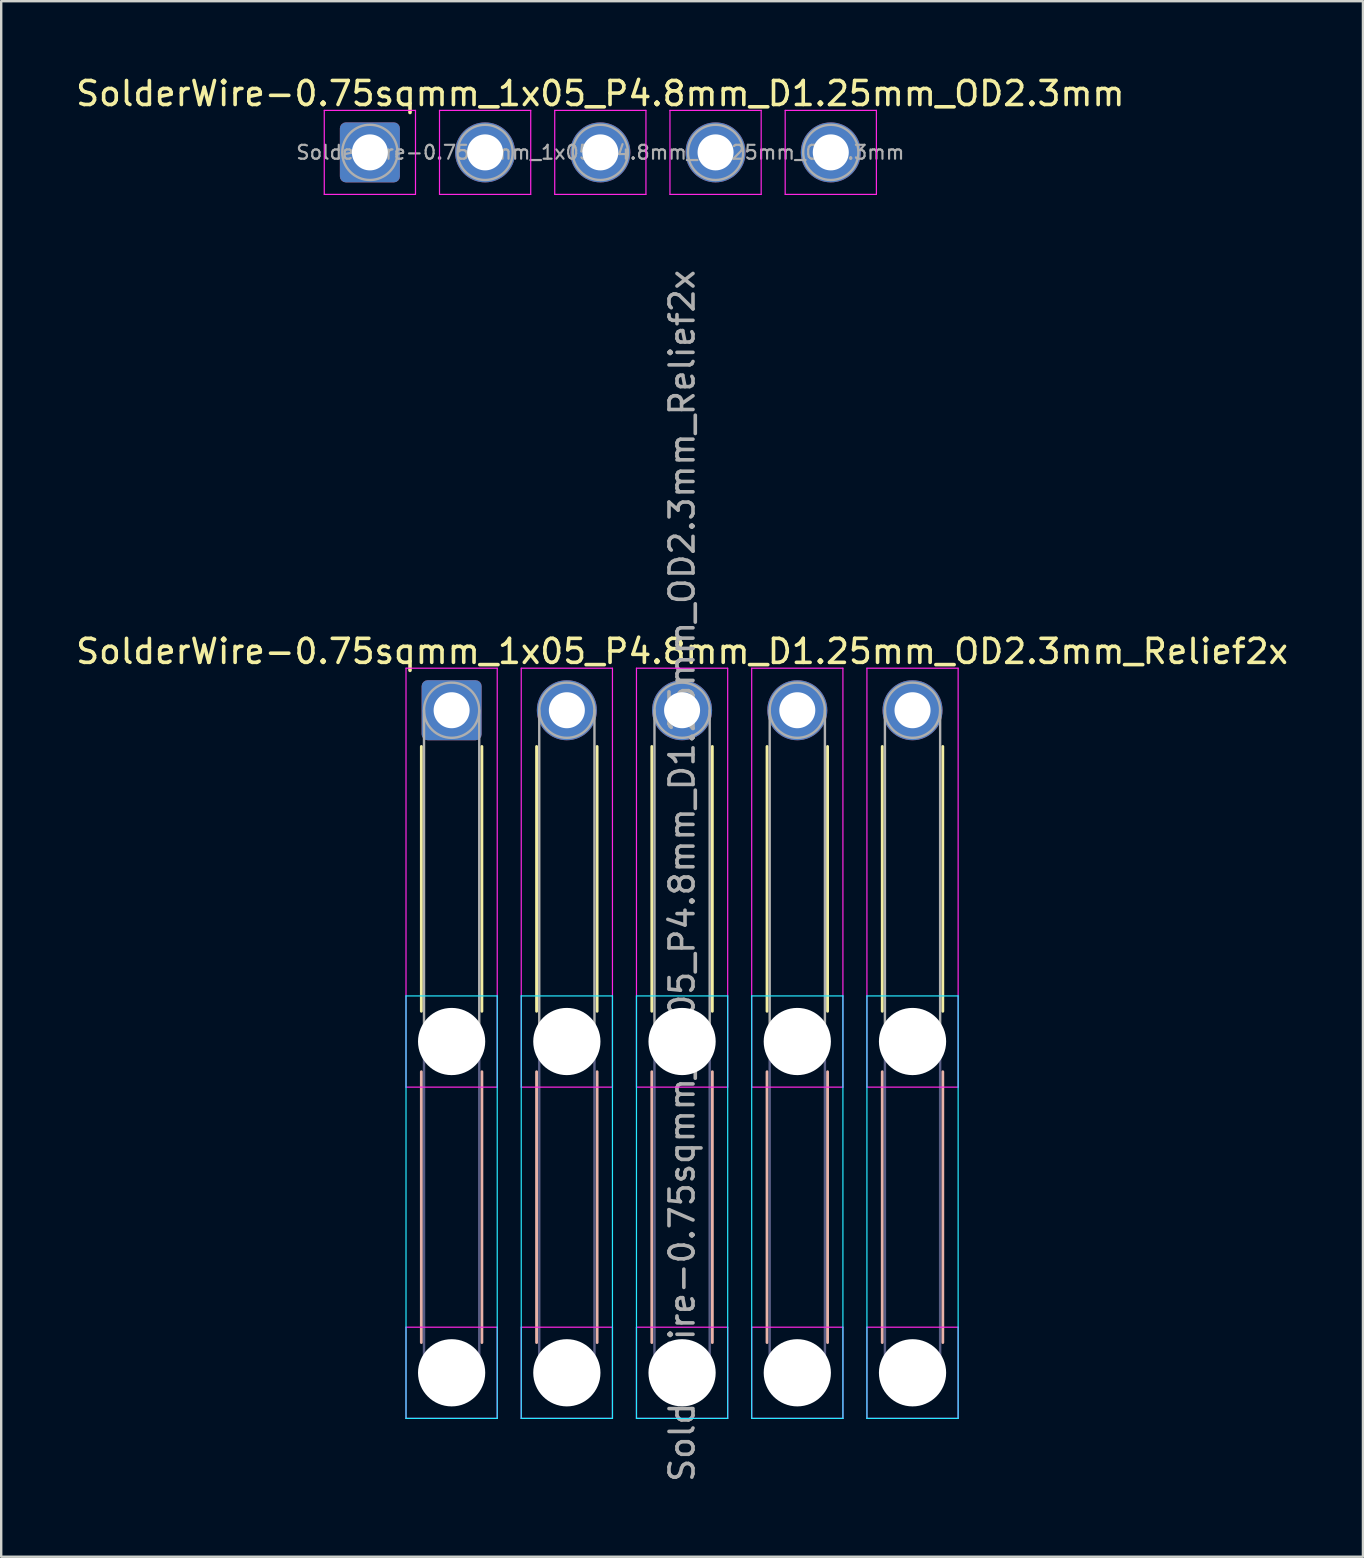
<source format=kicad_pcb>
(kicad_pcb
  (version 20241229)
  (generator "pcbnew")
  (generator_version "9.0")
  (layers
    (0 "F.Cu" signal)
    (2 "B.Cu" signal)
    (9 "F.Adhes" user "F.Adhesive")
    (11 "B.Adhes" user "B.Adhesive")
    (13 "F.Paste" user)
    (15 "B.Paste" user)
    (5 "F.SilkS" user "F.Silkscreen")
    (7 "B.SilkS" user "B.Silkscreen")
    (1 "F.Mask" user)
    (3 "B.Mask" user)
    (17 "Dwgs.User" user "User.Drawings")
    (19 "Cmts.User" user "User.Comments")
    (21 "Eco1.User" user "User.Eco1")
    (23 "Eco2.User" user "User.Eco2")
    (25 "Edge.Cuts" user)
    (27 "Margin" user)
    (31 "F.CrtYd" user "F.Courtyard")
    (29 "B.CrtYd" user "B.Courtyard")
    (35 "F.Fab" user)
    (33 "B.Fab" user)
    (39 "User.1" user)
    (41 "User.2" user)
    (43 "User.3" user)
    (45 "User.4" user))
  (footprint "SolderWire-0.75sqmm_1x05_P4.8mm_D1.25mm_OD2.3mm"
    (layer "F.Cu")
    (at 12.358 3.298)
    (property "Reference" "SolderWire-0.75sqmm_1x05_P4.8mm_D1.25mm_OD2.3mm" (at 9.6 -2.45 0) (layer "F.SilkS") (effects (font (size 1 1) (thickness 0.15))))
    (attr exclude_from_pos_files exclude_from_bom)
    (fp_line (start -1.9 -1.75) (end -1.9 1.75) (stroke (width 0.05) (type solid)) (layer "F.CrtYd"))
    (fp_line (start -1.9 1.75) (end 1.9 1.75) (stroke (width 0.05) (type solid)) (layer "F.CrtYd"))
    (fp_line (start 1.9 -1.75) (end -1.9 -1.75) (stroke (width 0.05) (type solid)) (layer "F.CrtYd"))
    (fp_line (start 1.9 1.75) (end 1.9 -1.75) (stroke (width 0.05) (type solid)) (layer "F.CrtYd"))
    (fp_line (start 2.9 -1.75) (end 2.9 1.75) (stroke (width 0.05) (type solid)) (layer "F.CrtYd"))
    (fp_line (start 2.9 1.75) (end 6.7 1.75) (stroke (width 0.05) (type solid)) (layer "F.CrtYd"))
    (fp_line (start 6.7 -1.75) (end 2.9 -1.75) (stroke (width 0.05) (type solid)) (layer "F.CrtYd"))
    (fp_line (start 6.7 1.75) (end 6.7 -1.75) (stroke (width 0.05) (type solid)) (layer "F.CrtYd"))
    (fp_line (start 7.7 -1.75) (end 7.7 1.75) (stroke (width 0.05) (type solid)) (layer "F.CrtYd"))
    (fp_line (start 7.7 1.75) (end 11.5 1.75) (stroke (width 0.05) (type solid)) (layer "F.CrtYd"))
    (fp_line (start 11.5 -1.75) (end 7.7 -1.75) (stroke (width 0.05) (type solid)) (layer "F.CrtYd"))
    (fp_line (start 11.5 1.75) (end 11.5 -1.75) (stroke (width 0.05) (type solid)) (layer "F.CrtYd"))
    (fp_line (start 12.5 -1.75) (end 12.5 1.75) (stroke (width 0.05) (type solid)) (layer "F.CrtYd"))
    (fp_line (start 12.5 1.75) (end 16.3 1.75) (stroke (width 0.05) (type solid)) (layer "F.CrtYd"))
    (fp_line (start 16.3 -1.75) (end 12.5 -1.75) (stroke (width 0.05) (type solid)) (layer "F.CrtYd"))
    (fp_line (start 16.3 1.75) (end 16.3 -1.75) (stroke (width 0.05) (type solid)) (layer "F.CrtYd"))
    (fp_line (start 17.3 -1.75) (end 17.3 1.75) (stroke (width 0.05) (type solid)) (layer "F.CrtYd"))
    (fp_line (start 17.3 1.75) (end 21.1 1.75) (stroke (width 0.05) (type solid)) (layer "F.CrtYd"))
    (fp_line (start 21.1 -1.75) (end 17.3 -1.75) (stroke (width 0.05) (type solid)) (layer "F.CrtYd"))
    (fp_line (start 21.1 1.75) (end 21.1 -1.75) (stroke (width 0.05) (type solid)) (layer "F.CrtYd"))
    (fp_circle (center 0 0) (end 1.15 0) (stroke (width 0.1) (type solid)) (fill no) (layer "F.Fab"))
    (fp_circle (center 4.8 0) (end 5.95 0) (stroke (width 0.1) (type solid)) (fill no) (layer "F.Fab"))
    (fp_circle (center 9.6 0) (end 10.75 0) (stroke (width 0.1) (type solid)) (fill no) (layer "F.Fab"))
    (fp_circle (center 14.4 0) (end 15.55 0) (stroke (width 0.1) (type solid)) (fill no) (layer "F.Fab"))
    (fp_circle (center 19.2 0) (end 20.35 0) (stroke (width 0.1) (type solid)) (fill no) (layer "F.Fab"))
    (fp_text user "${REFERENCE}" (at 9.6 0 0) (layer "F.Fab") (effects (font (size 0.58 0.58) (thickness 0.09))))
    (pad "1" thru_hole roundrect (at 0 0) (size 2.5 2.5) (drill 1.5) (layers "*.Cu" "*.Mask") (roundrect_rratio 0.1))
    (pad "2" thru_hole circle (at 4.8 0) (size 2.5 2.5) (drill 1.5) (layers "*.Cu" "*.Mask"))
    (pad "3" thru_hole circle (at 9.6 0) (size 2.5 2.5) (drill 1.5) (layers "*.Cu" "*.Mask"))
    (pad "4" thru_hole circle (at 14.4 0) (size 2.5 2.5) (drill 1.5) (layers "*.Cu" "*.Mask"))
    (pad "5" thru_hole circle (at 19.2 0) (size 2.5 2.5) (drill 1.5) (layers "*.Cu" "*.Mask")))
  (footprint "SolderWire-0.75sqmm_1x05_P4.8mm_D1.25mm_OD2.3mm_Relief2x"
    (layer "F.Cu")
    (at 15.763 26.536)
    (property "Reference" "SolderWire-0.75sqmm_1x05_P4.8mm_D1.25mm_OD2.3mm_Relief2x" (at 9.6 -2.45 0) (layer "F.SilkS") (effects (font (size 1 1) (thickness 0.15))))
    (attr exclude_from_pos_files exclude_from_bom)
    (fp_line (start -1.26 1.51) (end -1.26 12.54) (stroke (width 0.12) (type solid)) (layer "F.SilkS"))
    (fp_line (start 1.26 1.51) (end 1.26 12.54) (stroke (width 0.12) (type solid)) (layer "F.SilkS"))
    (fp_line (start 3.54 1.51) (end 3.54 12.54) (stroke (width 0.12) (type solid)) (layer "F.SilkS"))
    (fp_line (start 6.06 1.51) (end 6.06 12.54) (stroke (width 0.12) (type solid)) (layer "F.SilkS"))
    (fp_line (start 8.34 1.51) (end 8.34 12.54) (stroke (width 0.12) (type solid)) (layer "F.SilkS"))
    (fp_line (start 10.86 1.51) (end 10.86 12.54) (stroke (width 0.12) (type solid)) (layer "F.SilkS"))
    (fp_line (start 13.14 1.51) (end 13.14 12.54) (stroke (width 0.12) (type solid)) (layer "F.SilkS"))
    (fp_line (start 15.66 1.51) (end 15.66 12.54) (stroke (width 0.12) (type solid)) (layer "F.SilkS"))
    (fp_line (start 17.94 1.51) (end 17.94 12.54) (stroke (width 0.12) (type solid)) (layer "F.SilkS"))
    (fp_line (start 20.46 1.51) (end 20.46 12.54) (stroke (width 0.12) (type solid)) (layer "F.SilkS"))
    (fp_line (start -1.26 15.06) (end -1.26 26.34) (stroke (width 0.12) (type solid)) (layer "B.SilkS"))
    (fp_line (start 1.26 15.06) (end 1.26 26.34) (stroke (width 0.12) (type solid)) (layer "B.SilkS"))
    (fp_line (start 3.54 15.06) (end 3.54 26.34) (stroke (width 0.12) (type solid)) (layer "B.SilkS"))
    (fp_line (start 6.06 15.06) (end 6.06 26.34) (stroke (width 0.12) (type solid)) (layer "B.SilkS"))
    (fp_line (start 8.34 15.06) (end 8.34 26.34) (stroke (width 0.12) (type solid)) (layer "B.SilkS"))
    (fp_line (start 10.86 15.06) (end 10.86 26.34) (stroke (width 0.12) (type solid)) (layer "B.SilkS"))
    (fp_line (start 13.14 15.06) (end 13.14 26.34) (stroke (width 0.12) (type solid)) (layer "B.SilkS"))
    (fp_line (start 15.66 15.06) (end 15.66 26.34) (stroke (width 0.12) (type solid)) (layer "B.SilkS"))
    (fp_line (start 17.94 15.06) (end 17.94 26.34) (stroke (width 0.12) (type solid)) (layer "B.SilkS"))
    (fp_line (start 20.46 15.06) (end 20.46 26.34) (stroke (width 0.12) (type solid)) (layer "B.SilkS"))
    (fp_line (start -1.9 11.9) (end -1.9 29.5) (stroke (width 0.05) (type solid)) (layer "B.CrtYd"))
    (fp_line (start -1.9 29.5) (end 1.9 29.5) (stroke (width 0.05) (type solid)) (layer "B.CrtYd"))
    (fp_line (start 1.9 11.9) (end -1.9 11.9) (stroke (width 0.05) (type solid)) (layer "B.CrtYd"))
    (fp_line (start 1.9 29.5) (end 1.9 11.9) (stroke (width 0.05) (type solid)) (layer "B.CrtYd"))
    (fp_line (start 2.9 11.9) (end 2.9 29.5) (stroke (width 0.05) (type solid)) (layer "B.CrtYd"))
    (fp_line (start 2.9 29.5) (end 6.7 29.5) (stroke (width 0.05) (type solid)) (layer "B.CrtYd"))
    (fp_line (start 6.7 11.9) (end 2.9 11.9) (stroke (width 0.05) (type solid)) (layer "B.CrtYd"))
    (fp_line (start 6.7 29.5) (end 6.7 11.9) (stroke (width 0.05) (type solid)) (layer "B.CrtYd"))
    (fp_line (start 7.7 11.9) (end 7.7 29.5) (stroke (width 0.05) (type solid)) (layer "B.CrtYd"))
    (fp_line (start 7.7 29.5) (end 11.5 29.5) (stroke (width 0.05) (type solid)) (layer "B.CrtYd"))
    (fp_line (start 11.5 11.9) (end 7.7 11.9) (stroke (width 0.05) (type solid)) (layer "B.CrtYd"))
    (fp_line (start 11.5 29.5) (end 11.5 11.9) (stroke (width 0.05) (type solid)) (layer "B.CrtYd"))
    (fp_line (start 12.5 11.9) (end 12.5 29.5) (stroke (width 0.05) (type solid)) (layer "B.CrtYd"))
    (fp_line (start 12.5 29.5) (end 16.3 29.5) (stroke (width 0.05) (type solid)) (layer "B.CrtYd"))
    (fp_line (start 16.3 11.9) (end 12.5 11.9) (stroke (width 0.05) (type solid)) (layer "B.CrtYd"))
    (fp_line (start 16.3 29.5) (end 16.3 11.9) (stroke (width 0.05) (type solid)) (layer "B.CrtYd"))
    (fp_line (start 17.3 11.9) (end 17.3 29.5) (stroke (width 0.05) (type solid)) (layer "B.CrtYd"))
    (fp_line (start 17.3 29.5) (end 21.1 29.5) (stroke (width 0.05) (type solid)) (layer "B.CrtYd"))
    (fp_line (start 21.1 11.9) (end 17.3 11.9) (stroke (width 0.05) (type solid)) (layer "B.CrtYd"))
    (fp_line (start 21.1 29.5) (end 21.1 11.9) (stroke (width 0.05) (type solid)) (layer "B.CrtYd"))
    (fp_line (start -1.9 -1.75) (end -1.9 15.7) (stroke (width 0.05) (type solid)) (layer "F.CrtYd"))
    (fp_line (start -1.9 15.7) (end 1.9 15.7) (stroke (width 0.05) (type solid)) (layer "F.CrtYd"))
    (fp_line (start -1.9 25.7) (end -1.9 29.5) (stroke (width 0.05) (type solid)) (layer "F.CrtYd"))
    (fp_line (start -1.9 29.5) (end 1.9 29.5) (stroke (width 0.05) (type solid)) (layer "F.CrtYd"))
    (fp_line (start 1.9 -1.75) (end -1.9 -1.75) (stroke (width 0.05) (type solid)) (layer "F.CrtYd"))
    (fp_line (start 1.9 15.7) (end 1.9 -1.75) (stroke (width 0.05) (type solid)) (layer "F.CrtYd"))
    (fp_line (start 1.9 25.7) (end -1.9 25.7) (stroke (width 0.05) (type solid)) (layer "F.CrtYd"))
    (fp_line (start 1.9 29.5) (end 1.9 25.7) (stroke (width 0.05) (type solid)) (layer "F.CrtYd"))
    (fp_line (start 2.9 -1.75) (end 2.9 15.7) (stroke (width 0.05) (type solid)) (layer "F.CrtYd"))
    (fp_line (start 2.9 15.7) (end 6.7 15.7) (stroke (width 0.05) (type solid)) (layer "F.CrtYd"))
    (fp_line (start 2.9 25.7) (end 2.9 29.5) (stroke (width 0.05) (type solid)) (layer "F.CrtYd"))
    (fp_line (start 2.9 29.5) (end 6.7 29.5) (stroke (width 0.05) (type solid)) (layer "F.CrtYd"))
    (fp_line (start 6.7 -1.75) (end 2.9 -1.75) (stroke (width 0.05) (type solid)) (layer "F.CrtYd"))
    (fp_line (start 6.7 15.7) (end 6.7 -1.75) (stroke (width 0.05) (type solid)) (layer "F.CrtYd"))
    (fp_line (start 6.7 25.7) (end 2.9 25.7) (stroke (width 0.05) (type solid)) (layer "F.CrtYd"))
    (fp_line (start 6.7 29.5) (end 6.7 25.7) (stroke (width 0.05) (type solid)) (layer "F.CrtYd"))
    (fp_line (start 7.7 -1.75) (end 7.7 15.7) (stroke (width 0.05) (type solid)) (layer "F.CrtYd"))
    (fp_line (start 7.7 15.7) (end 11.5 15.7) (stroke (width 0.05) (type solid)) (layer "F.CrtYd"))
    (fp_line (start 7.7 25.7) (end 7.7 29.5) (stroke (width 0.05) (type solid)) (layer "F.CrtYd"))
    (fp_line (start 7.7 29.5) (end 11.5 29.5) (stroke (width 0.05) (type solid)) (layer "F.CrtYd"))
    (fp_line (start 11.5 -1.75) (end 7.7 -1.75) (stroke (width 0.05) (type solid)) (layer "F.CrtYd"))
    (fp_line (start 11.5 15.7) (end 11.5 -1.75) (stroke (width 0.05) (type solid)) (layer "F.CrtYd"))
    (fp_line (start 11.5 25.7) (end 7.7 25.7) (stroke (width 0.05) (type solid)) (layer "F.CrtYd"))
    (fp_line (start 11.5 29.5) (end 11.5 25.7) (stroke (width 0.05) (type solid)) (layer "F.CrtYd"))
    (fp_line (start 12.5 -1.75) (end 12.5 15.7) (stroke (width 0.05) (type solid)) (layer "F.CrtYd"))
    (fp_line (start 12.5 15.7) (end 16.3 15.7) (stroke (width 0.05) (type solid)) (layer "F.CrtYd"))
    (fp_line (start 12.5 25.7) (end 12.5 29.5) (stroke (width 0.05) (type solid)) (layer "F.CrtYd"))
    (fp_line (start 12.5 29.5) (end 16.3 29.5) (stroke (width 0.05) (type solid)) (layer "F.CrtYd"))
    (fp_line (start 16.3 -1.75) (end 12.5 -1.75) (stroke (width 0.05) (type solid)) (layer "F.CrtYd"))
    (fp_line (start 16.3 15.7) (end 16.3 -1.75) (stroke (width 0.05) (type solid)) (layer "F.CrtYd"))
    (fp_line (start 16.3 25.7) (end 12.5 25.7) (stroke (width 0.05) (type solid)) (layer "F.CrtYd"))
    (fp_line (start 16.3 29.5) (end 16.3 25.7) (stroke (width 0.05) (type solid)) (layer "F.CrtYd"))
    (fp_line (start 17.3 -1.75) (end 17.3 15.7) (stroke (width 0.05) (type solid)) (layer "F.CrtYd"))
    (fp_line (start 17.3 15.7) (end 21.1 15.7) (stroke (width 0.05) (type solid)) (layer "F.CrtYd"))
    (fp_line (start 17.3 25.7) (end 17.3 29.5) (stroke (width 0.05) (type solid)) (layer "F.CrtYd"))
    (fp_line (start 17.3 29.5) (end 21.1 29.5) (stroke (width 0.05) (type solid)) (layer "F.CrtYd"))
    (fp_line (start 21.1 -1.75) (end 17.3 -1.75) (stroke (width 0.05) (type solid)) (layer "F.CrtYd"))
    (fp_line (start 21.1 15.7) (end 21.1 -1.75) (stroke (width 0.05) (type solid)) (layer "F.CrtYd"))
    (fp_line (start 21.1 25.7) (end 17.3 25.7) (stroke (width 0.05) (type solid)) (layer "F.CrtYd"))
    (fp_line (start 21.1 29.5) (end 21.1 25.7) (stroke (width 0.05) (type solid)) (layer "F.CrtYd"))
    (fp_line (start -1.15 13.8) (end -1.15 27.6) (stroke (width 0.1) (type solid)) (layer "B.Fab"))
    (fp_line (start 1.15 13.8) (end 1.15 27.6) (stroke (width 0.1) (type solid)) (layer "B.Fab"))
    (fp_line (start 3.65 13.8) (end 3.65 27.6) (stroke (width 0.1) (type solid)) (layer "B.Fab"))
    (fp_line (start 5.95 13.8) (end 5.95 27.6) (stroke (width 0.1) (type solid)) (layer "B.Fab"))
    (fp_line (start 8.45 13.8) (end 8.45 27.6) (stroke (width 0.1) (type solid)) (layer "B.Fab"))
    (fp_line (start 10.75 13.8) (end 10.75 27.6) (stroke (width 0.1) (type solid)) (layer "B.Fab"))
    (fp_line (start 13.25 13.8) (end 13.25 27.6) (stroke (width 0.1) (type solid)) (layer "B.Fab"))
    (fp_line (start 15.55 13.8) (end 15.55 27.6) (stroke (width 0.1) (type solid)) (layer "B.Fab"))
    (fp_line (start 18.05 13.8) (end 18.05 27.6) (stroke (width 0.1) (type solid)) (layer "B.Fab"))
    (fp_line (start 20.35 13.8) (end 20.35 27.6) (stroke (width 0.1) (type solid)) (layer "B.Fab"))
    (fp_circle (center 0 13.8) (end 1.15 13.8) (stroke (width 0.1) (type solid)) (fill no) (layer "B.Fab"))
    (fp_circle (center 0 27.6) (end 1.15 27.6) (stroke (width 0.1) (type solid)) (fill no) (layer "B.Fab"))
    (fp_circle (center 4.8 13.8) (end 5.95 13.8) (stroke (width 0.1) (type solid)) (fill no) (layer "B.Fab"))
    (fp_circle (center 4.8 27.6) (end 5.95 27.6) (stroke (width 0.1) (type solid)) (fill no) (layer "B.Fab"))
    (fp_circle (center 9.6 13.8) (end 10.75 13.8) (stroke (width 0.1) (type solid)) (fill no) (layer "B.Fab"))
    (fp_circle (center 9.6 27.6) (end 10.75 27.6) (stroke (width 0.1) (type solid)) (fill no) (layer "B.Fab"))
    (fp_circle (center 14.4 13.8) (end 15.55 13.8) (stroke (width 0.1) (type solid)) (fill no) (layer "B.Fab"))
    (fp_circle (center 14.4 27.6) (end 15.55 27.6) (stroke (width 0.1) (type solid)) (fill no) (layer "B.Fab"))
    (fp_circle (center 19.2 13.8) (end 20.35 13.8) (stroke (width 0.1) (type solid)) (fill no) (layer "B.Fab"))
    (fp_circle (center 19.2 27.6) (end 20.35 27.6) (stroke (width 0.1) (type solid)) (fill no) (layer "B.Fab"))
    (fp_line (start -1.15 0) (end -1.15 13.8) (stroke (width 0.1) (type solid)) (layer "F.Fab"))
    (fp_line (start 1.15 0) (end 1.15 13.8) (stroke (width 0.1) (type solid)) (layer "F.Fab"))
    (fp_line (start 3.65 0) (end 3.65 13.8) (stroke (width 0.1) (type solid)) (layer "F.Fab"))
    (fp_line (start 5.95 0) (end 5.95 13.8) (stroke (width 0.1) (type solid)) (layer "F.Fab"))
    (fp_line (start 8.45 0) (end 8.45 13.8) (stroke (width 0.1) (type solid)) (layer "F.Fab"))
    (fp_line (start 10.75 0) (end 10.75 13.8) (stroke (width 0.1) (type solid)) (layer "F.Fab"))
    (fp_line (start 13.25 0) (end 13.25 13.8) (stroke (width 0.1) (type solid)) (layer "F.Fab"))
    (fp_line (start 15.55 0) (end 15.55 13.8) (stroke (width 0.1) (type solid)) (layer "F.Fab"))
    (fp_line (start 18.05 0) (end 18.05 13.8) (stroke (width 0.1) (type solid)) (layer "F.Fab"))
    (fp_line (start 20.35 0) (end 20.35 13.8) (stroke (width 0.1) (type solid)) (layer "F.Fab"))
    (fp_circle (center 0 0) (end 1.15 0) (stroke (width 0.1) (type solid)) (fill no) (layer "F.Fab"))
    (fp_circle (center 0 13.8) (end 1.15 13.8) (stroke (width 0.1) (type solid)) (fill no) (layer "F.Fab"))
    (fp_circle (center 0 27.6) (end 1.15 27.6) (stroke (width 0.1) (type solid)) (fill no) (layer "F.Fab"))
    (fp_circle (center 4.8 0) (end 5.95 0) (stroke (width 0.1) (type solid)) (fill no) (layer "F.Fab"))
    (fp_circle (center 4.8 13.8) (end 5.95 13.8) (stroke (width 0.1) (type solid)) (fill no) (layer "F.Fab"))
    (fp_circle (center 4.8 27.6) (end 5.95 27.6) (stroke (width 0.1) (type solid)) (fill no) (layer "F.Fab"))
    (fp_circle (center 9.6 0) (end 10.75 0) (stroke (width 0.1) (type solid)) (fill no) (layer "F.Fab"))
    (fp_circle (center 9.6 13.8) (end 10.75 13.8) (stroke (width 0.1) (type solid)) (fill no) (layer "F.Fab"))
    (fp_circle (center 9.6 27.6) (end 10.75 27.6) (stroke (width 0.1) (type solid)) (fill no) (layer "F.Fab"))
    (fp_circle (center 14.4 0) (end 15.55 0) (stroke (width 0.1) (type solid)) (fill no) (layer "F.Fab"))
    (fp_circle (center 14.4 13.8) (end 15.55 13.8) (stroke (width 0.1) (type solid)) (fill no) (layer "F.Fab"))
    (fp_circle (center 14.4 27.6) (end 15.55 27.6) (stroke (width 0.1) (type solid)) (fill no) (layer "F.Fab"))
    (fp_circle (center 19.2 0) (end 20.35 0) (stroke (width 0.1) (type solid)) (fill no) (layer "F.Fab"))
    (fp_circle (center 19.2 13.8) (end 20.35 13.8) (stroke (width 0.1) (type solid)) (fill no) (layer "F.Fab"))
    (fp_circle (center 19.2 27.6) (end 20.35 27.6) (stroke (width 0.1) (type solid)) (fill no) (layer "F.Fab"))
    (fp_text user "${REFERENCE}" (at 9.6 6.9 90) (layer "F.Fab") (effects (font (size 1 1) (thickness 0.15))))
    (pad "" np_thru_hole circle (at 0 13.8) (size 2.8 2.8) (drill 2.8) (layers "*.Cu" "*.Mask"))
    (pad "" np_thru_hole circle (at 0 27.6) (size 2.8 2.8) (drill 2.8) (layers "*.Cu" "*.Mask"))
    (pad "" np_thru_hole circle (at 4.8 13.8) (size 2.8 2.8) (drill 2.8) (layers "*.Cu" "*.Mask"))
    (pad "" np_thru_hole circle (at 4.8 27.6) (size 2.8 2.8) (drill 2.8) (layers "*.Cu" "*.Mask"))
    (pad "" np_thru_hole circle (at 9.6 13.8) (size 2.8 2.8) (drill 2.8) (layers "*.Cu" "*.Mask"))
    (pad "" np_thru_hole circle (at 9.6 27.6) (size 2.8 2.8) (drill 2.8) (layers "*.Cu" "*.Mask"))
    (pad "" np_thru_hole circle (at 14.4 13.8) (size 2.8 2.8) (drill 2.8) (layers "*.Cu" "*.Mask"))
    (pad "" np_thru_hole circle (at 14.4 27.6) (size 2.8 2.8) (drill 2.8) (layers "*.Cu" "*.Mask"))
    (pad "" np_thru_hole circle (at 19.2 13.8) (size 2.8 2.8) (drill 2.8) (layers "*.Cu" "*.Mask"))
    (pad "" np_thru_hole circle (at 19.2 27.6) (size 2.8 2.8) (drill 2.8) (layers "*.Cu" "*.Mask"))
    (pad "1" thru_hole roundrect (at 0 0) (size 2.5 2.5) (drill 1.5) (layers "*.Cu" "*.Mask") (roundrect_rratio 0.1))
    (pad "2" thru_hole circle (at 4.8 0) (size 2.5 2.5) (drill 1.5) (layers "*.Cu" "*.Mask"))
    (pad "3" thru_hole circle (at 9.6 0) (size 2.5 2.5) (drill 1.5) (layers "*.Cu" "*.Mask"))
    (pad "4" thru_hole circle (at 14.4 0) (size 2.5 2.5) (drill 1.5) (layers "*.Cu" "*.Mask"))
    (pad "5" thru_hole circle (at 19.2 0) (size 2.5 2.5) (drill 1.5) (layers "*.Cu" "*.Mask")))
  (gr_rect
    (start -3 -3)
    (end 53.726 61.799)
    (stroke (width 0.1) (type default))
    (fill no)
    (layer "Edge.Cuts")))
</source>
